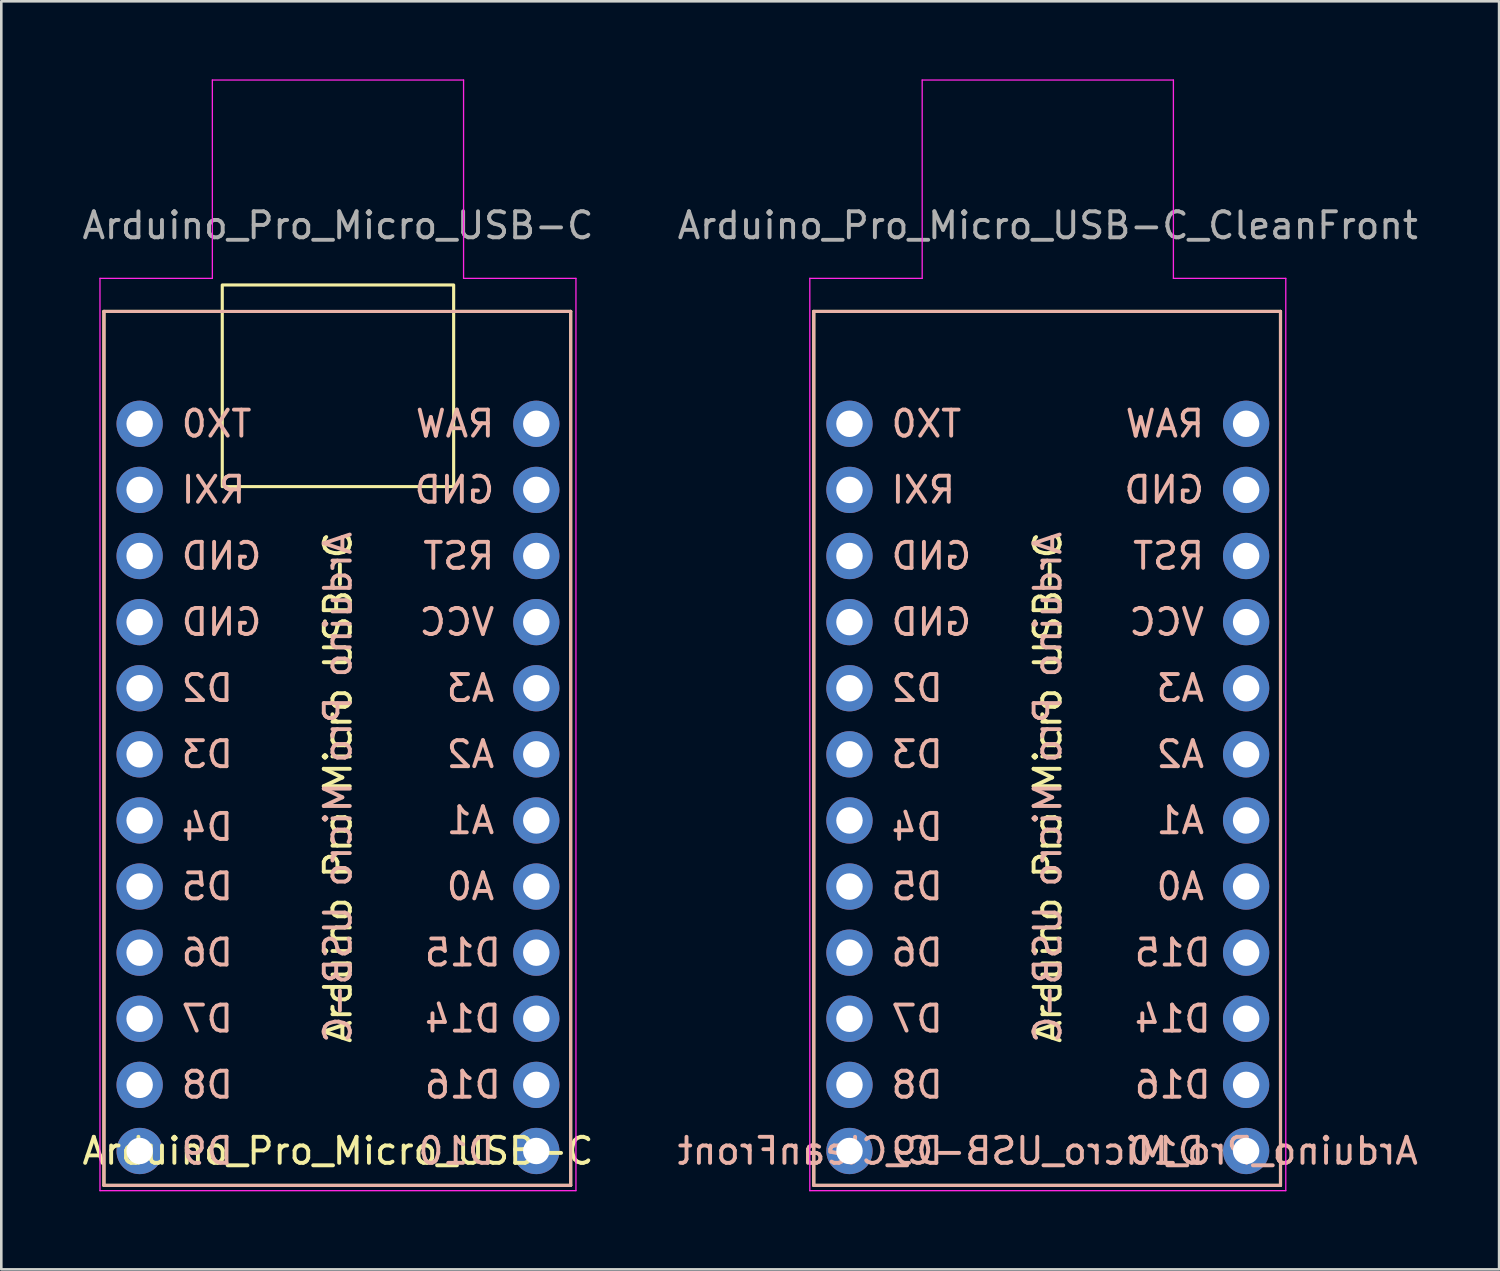
<source format=kicad_pcb>
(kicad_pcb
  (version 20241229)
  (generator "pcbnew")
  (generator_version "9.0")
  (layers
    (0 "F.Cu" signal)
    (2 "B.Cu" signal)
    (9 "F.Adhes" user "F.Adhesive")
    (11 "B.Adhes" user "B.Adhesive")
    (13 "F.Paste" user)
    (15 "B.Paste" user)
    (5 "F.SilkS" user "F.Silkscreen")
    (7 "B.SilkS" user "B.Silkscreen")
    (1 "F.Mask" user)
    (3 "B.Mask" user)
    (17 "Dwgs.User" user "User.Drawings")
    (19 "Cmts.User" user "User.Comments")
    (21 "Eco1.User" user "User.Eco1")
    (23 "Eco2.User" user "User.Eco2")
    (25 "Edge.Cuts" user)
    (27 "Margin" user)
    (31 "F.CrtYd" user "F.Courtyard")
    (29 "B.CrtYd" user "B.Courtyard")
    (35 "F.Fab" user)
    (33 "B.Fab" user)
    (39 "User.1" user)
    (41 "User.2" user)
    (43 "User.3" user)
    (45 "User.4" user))
  (footprint "Arduino_Pro_Micro_USB-C_CleanFront"
    (layer "F.Cu")
    (at 37.208 27.203)
    (property "Reference" "Arduino_Pro_Micro_USB-C_CleanFront" (at 0 13.97 0) (unlocked yes) (layer "B.SilkS") (effects (font (size 1 1) (thickness 0.15)) (justify mirror)))
    (attr through_hole)
    (fp_line (start -8.992 -18.288) (end 8.941 -18.288) (stroke (width 0.12) (type solid)) (layer "F.SilkS"))
    (fp_line (start -8.992 15.291) (end -8.992 -18.288) (stroke (width 0.12) (type solid)) (layer "F.SilkS"))
    (fp_line (start 8.941 -18.288) (end 8.941 15.291) (stroke (width 0.12) (type solid)) (layer "F.SilkS"))
    (fp_line (start 8.941 15.291) (end -8.992 15.291) (stroke (width 0.12) (type solid)) (layer "F.SilkS"))
    (fp_line (start -8.992 -18.288) (end 8.941 -18.288) (stroke (width 0.12) (type solid)) (layer "B.SilkS"))
    (fp_line (start -8.992 15.291) (end -8.992 -18.288) (stroke (width 0.12) (type solid)) (layer "B.SilkS"))
    (fp_line (start 8.941 -18.288) (end 8.941 15.291) (stroke (width 0.12) (type solid)) (layer "B.SilkS"))
    (fp_line (start 8.941 15.291) (end -8.992 15.291) (stroke (width 0.12) (type solid)) (layer "B.SilkS"))
    (fp_line (start -9.144 -19.558) (end -4.826 -19.558) (stroke (width 0.05) (type solid)) (layer "F.CrtYd"))
    (fp_line (start -9.144 15.494) (end -9.144 -19.558) (stroke (width 0.05) (type solid)) (layer "F.CrtYd"))
    (fp_line (start -4.826 -27.178) (end 4.826 -27.178) (stroke (width 0.05) (type solid)) (layer "F.CrtYd"))
    (fp_line (start -4.826 -19.558) (end -4.826 -27.178) (stroke (width 0.05) (type solid)) (layer "F.CrtYd"))
    (fp_line (start 4.826 -27.178) (end 4.826 -19.558) (stroke (width 0.05) (type solid)) (layer "F.CrtYd"))
    (fp_line (start 4.826 -19.558) (end 9.144 -19.558) (stroke (width 0.05) (type solid)) (layer "F.CrtYd"))
    (fp_line (start 9.144 -19.558) (end 9.144 15.494) (stroke (width 0.05) (type solid)) (layer "F.CrtYd"))
    (fp_line (start 9.144 15.494) (end -9.144 15.494) (stroke (width 0.05) (type solid)) (layer "F.CrtYd"))
    (fp_text user "Arduino Pro Micro USB-C" (at 0 0 90) (unlocked yes) (layer "F.SilkS") (effects (font (size 1 1) (thickness 0.15))))
    (fp_text user "D6" (at -6.096 6.35 0) (unlocked yes) (layer "B.SilkS") (effects (font (size 1 1) (thickness 0.15)) (justify right mirror)))
    (fp_text user "D3" (at -6.096 -1.27 0) (unlocked yes) (layer "B.SilkS") (effects (font (size 1 1) (thickness 0.15)) (justify right mirror)))
    (fp_text user "D16" (at 6.35 11.43 0) (unlocked yes) (layer "B.SilkS") (effects (font (size 1 1) (thickness 0.15)) (justify left mirror)))
    (fp_text user "D2" (at -6.096 -3.81 0) (unlocked yes) (layer "B.SilkS") (effects (font (size 1 1) (thickness 0.15)) (justify right mirror)))
    (fp_text user "D15" (at 6.35 6.35 0) (unlocked yes) (layer "B.SilkS") (effects (font (size 1 1) (thickness 0.15)) (justify left mirror)))
    (fp_text user "VCC" (at 6.096 -6.35 0) (unlocked yes) (layer "B.SilkS") (effects (font (size 1 1) (thickness 0.15)) (justify left mirror)))
    (fp_text user "A3" (at 6.096 -3.81 0) (unlocked yes) (layer "B.SilkS") (effects (font (size 1 1) (thickness 0.15)) (justify left mirror)))
    (fp_text user "D8" (at -6.096 11.43 0) (unlocked yes) (layer "B.SilkS") (effects (font (size 1 1) (thickness 0.15)) (justify right mirror)))
    (fp_text user "D14" (at 6.35 8.89 0) (unlocked yes) (layer "B.SilkS") (effects (font (size 1 1) (thickness 0.15)) (justify left mirror)))
    (fp_text user "GND" (at -6.096 -8.89 0) (unlocked yes) (layer "B.SilkS") (effects (font (size 1 1) (thickness 0.15)) (justify right mirror)))
    (fp_text user "RXI" (at -6.096 -11.43 0) (unlocked yes) (layer "B.SilkS") (effects (font (size 1 1) (thickness 0.15)) (justify right mirror)))
    (fp_text user "GND" (at -6.096 -6.35 0) (unlocked yes) (layer "B.SilkS") (effects (font (size 1 1) (thickness 0.15)) (justify right mirror)))
    (fp_text user "D5" (at -6.096 3.81 0) (unlocked yes) (layer "B.SilkS") (effects (font (size 1 1) (thickness 0.15)) (justify right mirror)))
    (fp_text user "A1" (at 6.096 1.27 0) (unlocked yes) (layer "B.SilkS") (effects (font (size 1 1) (thickness 0.15)) (justify left mirror)))
    (fp_text user "RAW" (at 6.096 -13.97 0) (unlocked yes) (layer "B.SilkS") (effects (font (size 1 1) (thickness 0.15)) (justify left mirror)))
    (fp_text user "D9" (at -6.096 13.97 0) (unlocked yes) (layer "B.SilkS") (effects (font (size 1 1) (thickness 0.15)) (justify right mirror)))
    (fp_text user "A2" (at 6.096 -1.27 0) (unlocked yes) (layer "B.SilkS") (effects (font (size 1 1) (thickness 0.15)) (justify left mirror)))
    (fp_text user "D7" (at -6.096 8.89 0) (unlocked yes) (layer "B.SilkS") (effects (font (size 1 1) (thickness 0.15)) (justify right mirror)))
    (fp_text user "D10" (at 6.096 13.97 0) (unlocked yes) (layer "B.SilkS") (effects (font (size 1 1) (thickness 0.15)) (justify left mirror)))
    (fp_text user "RST" (at 6.096 -8.89 0) (unlocked yes) (layer "B.SilkS") (effects (font (size 1 1) (thickness 0.15)) (justify left mirror)))
    (fp_text user "D4" (at -6.096 1.524 0) (unlocked yes) (layer "B.SilkS") (effects (font (size 1 1) (thickness 0.15)) (justify right mirror)))
    (fp_text user "Arduino Pro Micro USB-C" (at 0 0 90) (unlocked yes) (layer "B.SilkS") (effects (font (size 1 1) (thickness 0.15)) (justify mirror)))
    (fp_text user "TX0" (at -6.096 -13.97 0) (unlocked yes) (layer "B.SilkS") (effects (font (size 1 1) (thickness 0.15)) (justify right mirror)))
    (fp_text user "GND" (at 6.096 -11.43 0) (unlocked yes) (layer "B.SilkS") (effects (font (size 1 1) (thickness 0.15)) (justify left mirror)))
    (fp_text user "A0" (at 6.096 3.81 0) (unlocked yes) (layer "B.SilkS") (effects (font (size 1 1) (thickness 0.15)) (justify left mirror)))
    (fp_text user "${REFERENCE}" (at 0 -21.59 0) (unlocked yes) (layer "F.Fab") (effects (font (size 1 1) (thickness 0.15))))
    (pad "0" thru_hole circle (at -7.62 -11.43) (size 1.778 1.778) (drill 1.016) (layers "*.Cu" "*.Mask"))
    (pad "1" thru_hole circle (at -7.62 -13.97) (size 1.778 1.778) (drill 1.016) (layers "*.Cu" "*.Mask"))
    (pad "2" thru_hole circle (at -7.62 -3.81) (size 1.778 1.778) (drill 1.016) (layers "*.Cu" "*.Mask"))
    (pad "3" thru_hole circle (at -7.62 -1.27) (size 1.778 1.778) (drill 1.016) (layers "*.Cu" "*.Mask"))
    (pad "4" thru_hole circle (at -7.62 1.27) (size 1.778 1.778) (drill 1.016) (layers "*.Cu" "*.Mask"))
    (pad "5" thru_hole circle (at -7.62 3.81) (size 1.778 1.778) (drill 1.016) (layers "*.Cu" "*.Mask"))
    (pad "6" thru_hole circle (at -7.62 6.35) (size 1.778 1.778) (drill 1.016) (layers "*.Cu" "*.Mask"))
    (pad "7" thru_hole circle (at -7.62 8.89) (size 1.778 1.778) (drill 1.016) (layers "*.Cu" "*.Mask"))
    (pad "8" thru_hole circle (at -7.62 11.43) (size 1.778 1.778) (drill 1.016) (layers "*.Cu" "*.Mask"))
    (pad "9" thru_hole circle (at -7.62 13.97) (size 1.778 1.778) (drill 1.016) (layers "*.Cu" "*.Mask"))
    (pad "10" thru_hole circle (at 7.62 13.97) (size 1.778 1.778) (drill 1.016) (layers "*.Cu" "*.Mask"))
    (pad "14" thru_hole circle (at 7.62 8.89) (size 1.778 1.778) (drill 1.016) (layers "*.Cu" "*.Mask"))
    (pad "15" thru_hole circle (at 7.62 6.35) (size 1.778 1.778) (drill 1.016) (layers "*.Cu" "*.Mask"))
    (pad "16" thru_hole circle (at 7.62 11.43) (size 1.778 1.778) (drill 1.016) (layers "*.Cu" "*.Mask"))
    (pad "18" thru_hole circle (at 7.62 3.81) (size 1.778 1.778) (drill 1.016) (layers "*.Cu" "*.Mask"))
    (pad "19" thru_hole circle (at 7.62 1.27) (size 1.778 1.778) (drill 1.016) (layers "*.Cu" "*.Mask"))
    (pad "20" thru_hole circle (at 7.62 -1.27) (size 1.778 1.778) (drill 1.016) (layers "*.Cu" "*.Mask"))
    (pad "21" thru_hole circle (at 7.62 -3.81) (size 1.778 1.778) (drill 1.016) (layers "*.Cu" "*.Mask"))
    (pad "90" thru_hole circle (at -7.62 -8.89) (size 1.778 1.778) (drill 1.016) (layers "*.Cu" "*.Mask"))
    (pad "91" thru_hole circle (at -7.62 -6.35) (size 1.778 1.778) (drill 1.016) (layers "*.Cu" "*.Mask"))
    (pad "92" thru_hole circle (at 7.62 -13.97) (size 1.778 1.778) (drill 1.016) (layers "*.Cu" "*.Mask"))
    (pad "93" thru_hole circle (at 7.62 -11.43) (size 1.778 1.778) (drill 1.016) (layers "*.Cu" "*.Mask"))
    (pad "94" thru_hole circle (at 7.62 -8.89) (size 1.778 1.778) (drill 1.016) (layers "*.Cu" "*.Mask"))
    (pad "95" thru_hole circle (at 7.62 -6.35) (size 1.778 1.778) (drill 1.016) (layers "*.Cu" "*.Mask")))
  (footprint "Arduino_Pro_Micro_USB-C"
    (layer "F.Cu")
    (at 9.935 27.203)
    (property "Reference" "Arduino_Pro_Micro_USB-C" (at 0 13.97 0) (unlocked yes) (layer "F.SilkS") (effects (font (size 1 1) (thickness 0.15))))
    (attr through_hole)
    (fp_line (start -8.992 -18.288) (end -4.445 -18.288) (stroke (width 0.12) (type solid)) (layer "F.SilkS"))
    (fp_line (start -8.992 15.291) (end -8.992 -18.288) (stroke (width 0.12) (type solid)) (layer "F.SilkS"))
    (fp_line (start 4.445 -18.288) (end 8.941 -18.288) (stroke (width 0.12) (type solid)) (layer "F.SilkS"))
    (fp_line (start 8.941 -18.288) (end 8.941 15.291) (stroke (width 0.12) (type solid)) (layer "F.SilkS"))
    (fp_line (start 8.941 15.291) (end -8.992 15.291) (stroke (width 0.12) (type solid)) (layer "F.SilkS"))
    (fp_rect (start 4.445 -19.304) (end -4.445 -11.557) (stroke (width 0.12) (type solid)) (fill no) (layer "F.SilkS"))
    (fp_line (start -8.992 -18.288) (end 8.941 -18.288) (stroke (width 0.12) (type solid)) (layer "B.SilkS"))
    (fp_line (start -8.992 15.291) (end -8.992 -18.288) (stroke (width 0.12) (type solid)) (layer "B.SilkS"))
    (fp_line (start 8.941 -18.288) (end 8.941 15.291) (stroke (width 0.12) (type solid)) (layer "B.SilkS"))
    (fp_line (start 8.941 15.291) (end -8.992 15.291) (stroke (width 0.12) (type solid)) (layer "B.SilkS"))
    (fp_line (start -9.144 -19.558) (end -4.826 -19.558) (stroke (width 0.05) (type solid)) (layer "F.CrtYd"))
    (fp_line (start -9.144 15.494) (end -9.144 -19.558) (stroke (width 0.05) (type solid)) (layer "F.CrtYd"))
    (fp_line (start -4.826 -27.178) (end 4.826 -27.178) (stroke (width 0.05) (type solid)) (layer "F.CrtYd"))
    (fp_line (start -4.826 -19.558) (end -4.826 -27.178) (stroke (width 0.05) (type solid)) (layer "F.CrtYd"))
    (fp_line (start 4.826 -27.178) (end 4.826 -19.558) (stroke (width 0.05) (type solid)) (layer "F.CrtYd"))
    (fp_line (start 4.826 -19.558) (end 9.144 -19.558) (stroke (width 0.05) (type solid)) (layer "F.CrtYd"))
    (fp_line (start 9.144 -19.558) (end 9.144 15.494) (stroke (width 0.05) (type solid)) (layer "F.CrtYd"))
    (fp_line (start 9.144 15.494) (end -9.144 15.494) (stroke (width 0.05) (type solid)) (layer "F.CrtYd"))
    (fp_text user "Arduino Pro Micro USB-C" (at 0 0 90) (unlocked yes) (layer "F.SilkS") (effects (font (size 1 1) (thickness 0.15))))
    (fp_text user "D5" (at -6.096 3.81 0) (unlocked yes) (layer "B.SilkS") (effects (font (size 1 1) (thickness 0.15)) (justify right mirror)))
    (fp_text user "D9" (at -6.096 13.97 0) (unlocked yes) (layer "B.SilkS") (effects (font (size 1 1) (thickness 0.15)) (justify right mirror)))
    (fp_text user "D16" (at 6.35 11.43 0) (unlocked yes) (layer "B.SilkS") (effects (font (size 1 1) (thickness 0.15)) (justify left mirror)))
    (fp_text user "RST" (at 6.096 -8.89 0) (unlocked yes) (layer "B.SilkS") (effects (font (size 1 1) (thickness 0.15)) (justify left mirror)))
    (fp_text user "A1" (at 6.096 1.27 0) (unlocked yes) (layer "B.SilkS") (effects (font (size 1 1) (thickness 0.15)) (justify left mirror)))
    (fp_text user "A2" (at 6.096 -1.27 0) (unlocked yes) (layer "B.SilkS") (effects (font (size 1 1) (thickness 0.15)) (justify left mirror)))
    (fp_text user "D4" (at -6.096 1.524 0) (unlocked yes) (layer "B.SilkS") (effects (font (size 1 1) (thickness 0.15)) (justify right mirror)))
    (fp_text user "D6" (at -6.096 6.35 0) (unlocked yes) (layer "B.SilkS") (effects (font (size 1 1) (thickness 0.15)) (justify right mirror)))
    (fp_text user "RAW" (at 6.096 -13.97 0) (unlocked yes) (layer "B.SilkS") (effects (font (size 1 1) (thickness 0.15)) (justify left mirror)))
    (fp_text user "D2" (at -6.096 -3.81 0) (unlocked yes) (layer "B.SilkS") (effects (font (size 1 1) (thickness 0.15)) (justify right mirror)))
    (fp_text user "Arduino Pro Micro USB-C" (at 0 0 90) (unlocked yes) (layer "B.SilkS") (effects (font (size 1 1) (thickness 0.15)) (justify mirror)))
    (fp_text user "D14" (at 6.35 8.89 0) (unlocked yes) (layer "B.SilkS") (effects (font (size 1 1) (thickness 0.15)) (justify left mirror)))
    (fp_text user "D15" (at 6.35 6.35 0) (unlocked yes) (layer "B.SilkS") (effects (font (size 1 1) (thickness 0.15)) (justify left mirror)))
    (fp_text user "A3" (at 6.096 -3.81 0) (unlocked yes) (layer "B.SilkS") (effects (font (size 1 1) (thickness 0.15)) (justify left mirror)))
    (fp_text user "GND" (at -6.096 -6.35 0) (unlocked yes) (layer "B.SilkS") (effects (font (size 1 1) (thickness 0.15)) (justify right mirror)))
    (fp_text user "A0" (at 6.096 3.81 0) (unlocked yes) (layer "B.SilkS") (effects (font (size 1 1) (thickness 0.15)) (justify left mirror)))
    (fp_text user "GND" (at 6.096 -11.43 0) (unlocked yes) (layer "B.SilkS") (effects (font (size 1 1) (thickness 0.15)) (justify left mirror)))
    (fp_text user "D8" (at -6.096 11.43 0) (unlocked yes) (layer "B.SilkS") (effects (font (size 1 1) (thickness 0.15)) (justify right mirror)))
    (fp_text user "D10" (at 6.096 13.97 0) (unlocked yes) (layer "B.SilkS") (effects (font (size 1 1) (thickness 0.15)) (justify left mirror)))
    (fp_text user "RXI" (at -6.096 -11.43 0) (unlocked yes) (layer "B.SilkS") (effects (font (size 1 1) (thickness 0.15)) (justify right mirror)))
    (fp_text user "D7" (at -6.096 8.89 0) (unlocked yes) (layer "B.SilkS") (effects (font (size 1 1) (thickness 0.15)) (justify right mirror)))
    (fp_text user "VCC" (at 6.096 -6.35 0) (unlocked yes) (layer "B.SilkS") (effects (font (size 1 1) (thickness 0.15)) (justify left mirror)))
    (fp_text user "GND" (at -6.096 -8.89 0) (unlocked yes) (layer "B.SilkS") (effects (font (size 1 1) (thickness 0.15)) (justify right mirror)))
    (fp_text user "D3" (at -6.096 -1.27 0) (unlocked yes) (layer "B.SilkS") (effects (font (size 1 1) (thickness 0.15)) (justify right mirror)))
    (fp_text user "TX0" (at -6.096 -13.97 0) (unlocked yes) (layer "B.SilkS") (effects (font (size 1 1) (thickness 0.15)) (justify right mirror)))
    (fp_text user "${REFERENCE}" (at 0 -21.59 0) (unlocked yes) (layer "F.Fab") (effects (font (size 1 1) (thickness 0.15))))
    (pad "0" thru_hole circle (at -7.62 -11.43) (size 1.778 1.778) (drill 1.016) (layers "*.Cu" "*.Mask"))
    (pad "1" thru_hole circle (at -7.62 -13.97) (size 1.778 1.778) (drill 1.016) (layers "*.Cu" "*.Mask"))
    (pad "2" thru_hole circle (at -7.62 -3.81) (size 1.778 1.778) (drill 1.016) (layers "*.Cu" "*.Mask"))
    (pad "3" thru_hole circle (at -7.62 -1.27) (size 1.778 1.778) (drill 1.016) (layers "*.Cu" "*.Mask"))
    (pad "4" thru_hole circle (at -7.62 1.27) (size 1.778 1.778) (drill 1.016) (layers "*.Cu" "*.Mask"))
    (pad "5" thru_hole circle (at -7.62 3.81) (size 1.778 1.778) (drill 1.016) (layers "*.Cu" "*.Mask"))
    (pad "6" thru_hole circle (at -7.62 6.35) (size 1.778 1.778) (drill 1.016) (layers "*.Cu" "*.Mask"))
    (pad "7" thru_hole circle (at -7.62 8.89) (size 1.778 1.778) (drill 1.016) (layers "*.Cu" "*.Mask"))
    (pad "8" thru_hole circle (at -7.62 11.43) (size 1.778 1.778) (drill 1.016) (layers "*.Cu" "*.Mask"))
    (pad "9" thru_hole circle (at -7.62 13.97) (size 1.778 1.778) (drill 1.016) (layers "*.Cu" "*.Mask"))
    (pad "10" thru_hole circle (at 7.62 13.97) (size 1.778 1.778) (drill 1.016) (layers "*.Cu" "*.Mask"))
    (pad "14" thru_hole circle (at 7.62 8.89) (size 1.778 1.778) (drill 1.016) (layers "*.Cu" "*.Mask"))
    (pad "15" thru_hole circle (at 7.62 6.35) (size 1.778 1.778) (drill 1.016) (layers "*.Cu" "*.Mask"))
    (pad "16" thru_hole circle (at 7.62 11.43) (size 1.778 1.778) (drill 1.016) (layers "*.Cu" "*.Mask"))
    (pad "18" thru_hole circle (at 7.62 3.81) (size 1.778 1.778) (drill 1.016) (layers "*.Cu" "*.Mask"))
    (pad "19" thru_hole circle (at 7.62 1.27) (size 1.778 1.778) (drill 1.016) (layers "*.Cu" "*.Mask"))
    (pad "20" thru_hole circle (at 7.62 -1.27) (size 1.778 1.778) (drill 1.016) (layers "*.Cu" "*.Mask"))
    (pad "21" thru_hole circle (at 7.62 -3.81) (size 1.778 1.778) (drill 1.016) (layers "*.Cu" "*.Mask"))
    (pad "90" thru_hole circle (at -7.62 -8.89) (size 1.778 1.778) (drill 1.016) (layers "*.Cu" "*.Mask"))
    (pad "91" thru_hole circle (at -7.62 -6.35) (size 1.778 1.778) (drill 1.016) (layers "*.Cu" "*.Mask"))
    (pad "92" thru_hole circle (at 7.62 -13.97) (size 1.778 1.778) (drill 1.016) (layers "*.Cu" "*.Mask"))
    (pad "93" thru_hole circle (at 7.62 -11.43) (size 1.778 1.778) (drill 1.016) (layers "*.Cu" "*.Mask"))
    (pad "94" thru_hole circle (at 7.62 -8.89) (size 1.778 1.778) (drill 1.016) (layers "*.Cu" "*.Mask"))
    (pad "95" thru_hole circle (at 7.62 -6.35) (size 1.778 1.778) (drill 1.016) (layers "*.Cu" "*.Mask")))
  (gr_rect
    (start -3 -3)
    (end 54.548 45.722)
    (stroke (width 0.1) (type default))
    (fill no)
    (layer "Edge.Cuts")))
</source>
